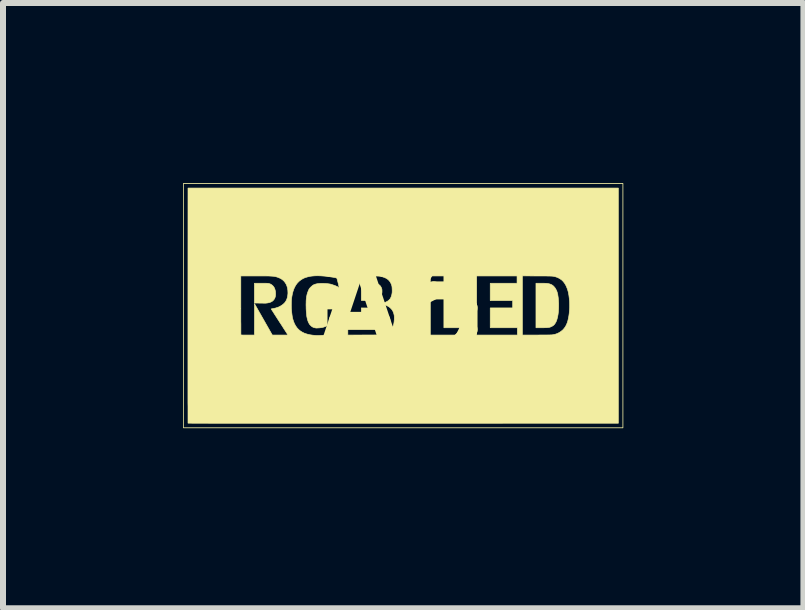
<source format=kicad_pcb>
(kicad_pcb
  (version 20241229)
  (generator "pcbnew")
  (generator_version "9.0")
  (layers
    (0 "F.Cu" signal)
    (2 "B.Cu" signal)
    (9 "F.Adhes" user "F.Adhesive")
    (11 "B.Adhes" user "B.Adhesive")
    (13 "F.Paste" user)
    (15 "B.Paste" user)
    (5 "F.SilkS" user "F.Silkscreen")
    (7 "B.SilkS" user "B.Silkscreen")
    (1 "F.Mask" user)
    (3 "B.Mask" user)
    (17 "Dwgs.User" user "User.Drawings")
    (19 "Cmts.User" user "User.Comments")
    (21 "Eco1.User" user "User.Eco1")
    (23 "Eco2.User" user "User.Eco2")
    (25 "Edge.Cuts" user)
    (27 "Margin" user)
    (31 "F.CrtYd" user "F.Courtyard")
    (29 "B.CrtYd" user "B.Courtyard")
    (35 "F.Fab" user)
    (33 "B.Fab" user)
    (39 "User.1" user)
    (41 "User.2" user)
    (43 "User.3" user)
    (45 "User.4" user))
  (footprint "A6"
    (layer "F.Cu")
    (at 3.667 2.042)
    (property "Reference" "A6" (at 0 0 0) (layer "F.SilkS") (effects (font (size 1.524 1.524) (thickness 0.3))))
    (attr through_hole)
    (fp_poly (pts (xy 3.662 2.037) (xy -3.662 2.037) (xy -3.662 -2.034) (xy -3.66 -2.034) (xy -3.66 2.034) (xy 3.66 2.034) (xy 3.66 -2.034) (xy -3.66 -2.034) (xy -3.662 -2.034) (xy -3.662 -2.037) (xy 3.662 -2.037) (xy 3.662 2.037)) (stroke (width 0.01) (type solid)) (fill yes) (layer "F.SilkS"))
    (fp_poly (pts (xy -2.369 -0.373) (xy -2.341 -0.373) (xy -2.317 -0.373) (xy -2.297 -0.373) (xy -2.281 -0.373) (xy -2.268 -0.372) (xy -2.258 -0.372) (xy -2.25 -0.371) (xy -2.244 -0.37) (xy -2.241 -0.37) (xy -2.216 -0.362) (xy -2.194 -0.35) (xy -2.174 -0.334) (xy -2.158 -0.315) (xy -2.144 -0.292) (xy -2.135 -0.266) (xy -2.128 -0.237) (xy -2.126 -0.206) (xy -2.126 -0.201) (xy -2.126 -0.181) (xy -2.128 -0.163) (xy -2.131 -0.148) (xy -2.136 -0.132) (xy -2.147 -0.11) (xy -2.162 -0.09) (xy -2.18 -0.074) (xy -2.203 -0.061) (xy -2.229 -0.051) (xy -2.259 -0.045) (xy -2.292 -0.041) (xy -2.317 -0.041) (xy -2.328 -0.041) (xy -2.342 -0.042) (xy -2.36 -0.042) (xy -2.379 -0.042) (xy -2.399 -0.042) (xy -2.412 -0.043) (xy -2.479 -0.043) (xy -2.479 -0.373) (xy -2.369 -0.373)) (stroke (width 0.01) (type solid)) (fill yes) (layer "F.SilkS"))
    (fp_poly (pts (xy 2.325 -0.373) (xy 2.351 -0.373) (xy 2.373 -0.372) (xy 2.392 -0.371) (xy 2.409 -0.369) (xy 2.423 -0.366) (xy 2.436 -0.363) (xy 2.449 -0.359) (xy 2.46 -0.354) (xy 2.471 -0.35) (xy 2.492 -0.337) (xy 2.511 -0.319) (xy 2.529 -0.298) (xy 2.544 -0.273) (xy 2.558 -0.246) (xy 2.568 -0.215) (xy 2.576 -0.183) (xy 2.576 -0.179) (xy 2.583 -0.133) (xy 2.587 -0.086) (xy 2.59 -0.039) (xy 2.59 0.008) (xy 2.589 0.054) (xy 2.586 0.099) (xy 2.581 0.142) (xy 2.574 0.181) (xy 2.565 0.217) (xy 2.558 0.242) (xy 2.546 0.271) (xy 2.532 0.295) (xy 2.517 0.316) (xy 2.499 0.332) (xy 2.478 0.345) (xy 2.455 0.355) (xy 2.451 0.357) (xy 2.441 0.36) (xy 2.43 0.362) (xy 2.418 0.364) (xy 2.405 0.365) (xy 2.389 0.367) (xy 2.37 0.367) (xy 2.348 0.368) (xy 2.322 0.368) (xy 2.299 0.368) (xy 2.212 0.368) (xy 2.212 -0.373) (xy 2.294 -0.373) (xy 2.325 -0.373)) (stroke (width 0.01) (type solid)) (fill yes) (layer "F.SilkS"))
    (fp_poly (pts (xy -0.55 -0.372) (xy -0.525 -0.372) (xy -0.504 -0.372) (xy -0.487 -0.371) (xy -0.473 -0.371) (xy -0.461 -0.37) (xy -0.452 -0.369) (xy -0.444 -0.367) (xy -0.437 -0.366) (xy -0.43 -0.363) (xy -0.423 -0.36) (xy -0.416 -0.357) (xy -0.415 -0.356) (xy -0.397 -0.345) (xy -0.381 -0.329) (xy -0.369 -0.31) (xy -0.359 -0.289) (xy -0.357 -0.28) (xy -0.354 -0.267) (xy -0.353 -0.25) (xy -0.353 -0.232) (xy -0.354 -0.214) (xy -0.357 -0.198) (xy -0.357 -0.196) (xy -0.363 -0.176) (xy -0.371 -0.156) (xy -0.381 -0.138) (xy -0.392 -0.124) (xy -0.394 -0.122) (xy -0.41 -0.109) (xy -0.43 -0.098) (xy -0.451 -0.09) (xy -0.464 -0.088) (xy -0.471 -0.087) (xy -0.483 -0.086) (xy -0.497 -0.085) (xy -0.514 -0.085) (xy -0.533 -0.084) (xy -0.553 -0.084) (xy -0.575 -0.084) (xy -0.596 -0.084) (xy -0.617 -0.084) (xy -0.636 -0.084) (xy -0.654 -0.084) (xy -0.67 -0.085) (xy -0.683 -0.085) (xy -0.692 -0.086) (xy -0.697 -0.087) (xy -0.697 -0.087) (xy -0.697 -0.09) (xy -0.698 -0.098) (xy -0.698 -0.11) (xy -0.698 -0.125) (xy -0.698 -0.144) (xy -0.698 -0.165) (xy -0.698 -0.189) (xy -0.698 -0.214) (xy -0.698 -0.231) (xy -0.697 -0.372) (xy -0.579 -0.372) (xy -0.55 -0.372)) (stroke (width 0.01) (type solid)) (fill yes) (layer "F.SilkS"))
    (fp_poly (pts (xy -0.576 0.039) (xy -0.546 0.039) (xy -0.521 0.039) (xy -0.5 0.039) (xy -0.483 0.04) (xy -0.469 0.041) (xy -0.457 0.041) (xy -0.447 0.042) (xy -0.439 0.044) (xy -0.432 0.046) (xy -0.425 0.048) (xy -0.419 0.051) (xy -0.411 0.054) (xy -0.406 0.057) (xy -0.392 0.065) (xy -0.378 0.077) (xy -0.365 0.09) (xy -0.354 0.104) (xy -0.347 0.115) (xy -0.34 0.131) (xy -0.335 0.147) (xy -0.332 0.165) (xy -0.331 0.184) (xy -0.331 0.207) (xy -0.331 0.211) (xy -0.331 0.228) (xy -0.332 0.241) (xy -0.334 0.252) (xy -0.336 0.261) (xy -0.338 0.271) (xy -0.348 0.296) (xy -0.361 0.316) (xy -0.377 0.334) (xy -0.396 0.347) (xy -0.405 0.352) (xy -0.413 0.356) (xy -0.421 0.359) (xy -0.429 0.361) (xy -0.438 0.363) (xy -0.448 0.365) (xy -0.46 0.366) (xy -0.475 0.367) (xy -0.493 0.368) (xy -0.513 0.368) (xy -0.538 0.368) (xy -0.567 0.368) (xy -0.582 0.368) (xy -0.605 0.368) (xy -0.627 0.368) (xy -0.647 0.368) (xy -0.664 0.368) (xy -0.678 0.367) (xy -0.689 0.367) (xy -0.695 0.367) (xy -0.697 0.367) (xy -0.697 0.364) (xy -0.697 0.356) (xy -0.698 0.345) (xy -0.698 0.329) (xy -0.698 0.311) (xy -0.698 0.289) (xy -0.698 0.265) (xy -0.698 0.238) (xy -0.698 0.21) (xy -0.698 0.201) (xy -0.698 0.038) (xy -0.576 0.039)) (stroke (width 0.01) (type solid)) (fill yes) (layer "F.SilkS"))
    (fp_poly (pts (xy 3.585 1.959) (xy 0.001 1.96) (xy -0.168 1.96) (xy -0.331 1.96) (xy -0.489 1.96) (xy -0.642 1.96) (xy -0.791 1.96) (xy -0.935 1.96) (xy -1.074 1.96) (xy -1.208 1.96) (xy -1.338 1.96) (xy -1.464 1.96) (xy -1.585 1.96) (xy -1.702 1.96) (xy -1.814 1.96) (xy -1.922 1.96) (xy -2.026 1.96) (xy -2.127 1.96) (xy -2.223 1.96) (xy -2.315 1.96) (xy -2.403 1.96) (xy -2.487 1.96) (xy -2.568 1.96) (xy -2.645 1.96) (xy -2.718 1.96) (xy -2.788 1.96) (xy -2.855 1.96) (xy -2.918 1.96) (xy -2.978 1.96) (xy -3.034 1.96) (xy -3.087 1.96) (xy -3.137 1.96) (xy -3.184 1.96) (xy -3.228 1.96) (xy -3.269 1.959) (xy -3.308 1.959) (xy -3.343 1.959) (xy -3.376 1.959) (xy -3.406 1.959) (xy -3.433 1.959) (xy -3.458 1.959) (xy -3.481 1.959) (xy -3.501 1.959) (xy -3.519 1.959) (xy -3.534 1.958) (xy -3.547 1.958) (xy -3.558 1.958) (xy -3.568 1.958) (xy -3.575 1.958) (xy -3.58 1.958) (xy -3.583 1.958) (xy -3.585 1.958) (xy -3.585 1.958) (xy -3.585 1.955) (xy -3.585 1.947) (xy -3.585 1.935) (xy -3.585 1.918) (xy -3.585 1.896) (xy -3.585 1.87) (xy -3.585 1.839) (xy -3.585 1.804) (xy -3.585 1.765) (xy -3.585 1.722) (xy -3.585 1.676) (xy -3.586 1.625) (xy -3.586 1.571) (xy -3.586 1.514) (xy -3.586 1.453) (xy -3.586 1.389) (xy -3.586 1.321) (xy -3.586 1.251) (xy -3.586 1.178) (xy -3.586 1.102) (xy -3.586 1.024) (xy -3.586 0.943) (xy -3.586 0.859) (xy -3.586 0.774) (xy -3.586 0.686) (xy -3.586 0.596) (xy -3.586 0.504) (xy -3.586 0.411) (xy -3.586 0.316) (xy -3.586 0.219) (xy -3.586 0.121) (xy -3.586 0.022) (xy -3.586 -0.003) (xy -3.586 -0.004) (xy -2.705 -0.004) (xy -2.705 0.045) (xy -2.705 0.094) (xy -2.705 0.14) (xy -2.705 0.185) (xy -2.705 0.228) (xy -2.705 0.268) (xy -2.704 0.306) (xy -2.704 0.341) (xy -2.704 0.372) (xy -2.704 0.401) (xy -2.704 0.426) (xy -2.704 0.447) (xy -2.704 0.464) (xy -2.703 0.477) (xy -2.703 0.485) (xy -2.703 0.488) (xy -2.703 0.488) (xy -2.7 0.489) (xy -2.693 0.489) (xy -2.682 0.489) (xy -2.667 0.49) (xy -2.649 0.49) (xy -2.628 0.49) (xy -2.606 0.49) (xy -2.59 0.49) (xy -2.479 0.49) (xy -2.478 0.228) (xy -2.478 -0.034) (xy -2.18 0.49) (xy -2.05 0.49) (xy -2.025 0.49) (xy -2.001 0.49) (xy -1.98 0.49) (xy -1.961 0.49) (xy -1.945 0.49) (xy -1.933 0.49) (xy -1.924 0.489) (xy -1.92 0.489) (xy -1.92 0.489) (xy -1.921 0.487) (xy -1.925 0.481) (xy -1.932 0.471) (xy -1.94 0.457) (xy -1.951 0.441) (xy -1.963 0.422) (xy -1.977 0.4) (xy -1.993 0.376) (xy -2.009 0.35) (xy -2.027 0.322) (xy -2.046 0.293) (xy -2.06 0.272) (xy -2.079 0.242) (xy -2.098 0.213) (xy -2.115 0.186) (xy -2.132 0.16) (xy -2.147 0.137) (xy -2.16 0.116) (xy -2.172 0.097) (xy -2.182 0.082) (xy -2.19 0.07) (xy -2.195 0.061) (xy -2.198 0.056) (xy -2.199 0.055) (xy -2.196 0.054) (xy -2.19 0.053) (xy -2.18 0.051) (xy -2.167 0.048) (xy -2.16 0.047) (xy -2.127 0.04) (xy -2.098 0.031) (xy -2.071 0.021) (xy -2.046 0.008) (xy -2.024 -0.006) (xy -1.864 -0.006) (xy -1.863 0.021) (xy -1.863 0.045) (xy -1.862 0.058) (xy -1.858 0.104) (xy -1.853 0.145) (xy -1.848 0.182) (xy -1.841 0.215) (xy -1.832 0.246) (xy -1.822 0.274) (xy -1.811 0.301) (xy -1.81 0.303) (xy -1.79 0.339) (xy -1.768 0.37) (xy -1.743 0.397) (xy -1.714 0.421) (xy -1.682 0.441) (xy -1.646 0.459) (xy -1.607 0.472) (xy -1.589 0.477) (xy -1.554 0.485) (xy -1.515 0.491) (xy -1.475 0.495) (xy -1.459 0.496) (xy -1.446 0.497) (xy -1.433 0.497) (xy -1.419 0.497) (xy -1.405 0.497) (xy -1.387 0.496) (xy -1.367 0.495) (xy -1.361 0.495) (xy -1.31 0.492) (xy -1.299 0.49) (xy 1.986 0.49) (xy 2.229 0.49) (xy 2.271 0.489) (xy 2.307 0.489) (xy 2.339 0.489) (xy 2.367 0.489) (xy 2.392 0.489) (xy 2.413 0.488) (xy 2.43 0.488) (xy 2.445 0.488) (xy 2.457 0.487) (xy 2.468 0.487) (xy 2.476 0.487) (xy 2.483 0.486) (xy 2.488 0.485) (xy 2.493 0.485) (xy 2.495 0.484) (xy 2.534 0.476) (xy 2.568 0.464) (xy 2.6 0.448) (xy 2.629 0.429) (xy 2.656 0.407) (xy 2.663 0.4) (xy 2.683 0.377) (xy 2.701 0.352) (xy 2.717 0.323) (xy 2.719 0.318) (xy 2.732 0.288) (xy 2.743 0.253) (xy 2.752 0.214) (xy 2.76 0.172) (xy 2.766 0.128) (xy 2.77 0.082) (xy 2.773 0.034) (xy 2.773 -0.015) (xy 2.772 -0.064) (xy 2.771 -0.077) (xy 2.766 -0.129) (xy 2.76 -0.176) (xy 2.752 -0.22) (xy 2.741 -0.26) (xy 2.728 -0.297) (xy 2.713 -0.331) (xy 2.707 -0.343) (xy 2.687 -0.376) (xy 2.664 -0.405) (xy 2.638 -0.43) (xy 2.608 -0.45) (xy 2.576 -0.467) (xy 2.541 -0.48) (xy 2.534 -0.481) (xy 2.527 -0.483) (xy 2.52 -0.485) (xy 2.513 -0.487) (xy 2.507 -0.488) (xy 2.5 -0.489) (xy 2.492 -0.49) (xy 2.483 -0.491) (xy 2.473 -0.492) (xy 2.461 -0.492) (xy 2.447 -0.493) (xy 2.43 -0.493) (xy 2.411 -0.493) (xy 2.388 -0.494) (xy 2.362 -0.494) (xy 2.332 -0.494) (xy 2.298 -0.494) (xy 2.26 -0.494) (xy 2.232 -0.494) (xy 1.986 -0.496) (xy 1.986 0.49) (xy -1.299 0.49) (xy -1.299 0.49) (xy -0.922 0.49) (xy -0.666 0.489) (xy -0.623 0.489) (xy -0.586 0.489) (xy -0.552 0.489) (xy -0.523 0.489) (xy -0.497 0.489) (xy -0.475 0.488) (xy -0.457 0.488) (xy -0.441 0.488) (xy -0.427 0.487) (xy -0.416 0.487) (xy -0.407 0.487) (xy -0.399 0.486) (xy -0.393 0.486) (xy -0.388 0.485) (xy -0.385 0.484) (xy -0.351 0.478) (xy -0.318 0.469) (xy -0.288 0.459) (xy -0.285 0.457) (xy -0.256 0.443) (xy -0.231 0.428) (xy -0.21 0.409) (xy -0.193 0.388) (xy -0.179 0.364) (xy -0.167 0.336) (xy -0.157 0.304) (xy -0.155 0.293) (xy -0.152 0.275) (xy -0.15 0.254) (xy -0.148 0.231) (xy -0.148 0.208) (xy -0.148 0.187) (xy -0.149 0.167) (xy -0.151 0.155) (xy -0.159 0.123) (xy -0.171 0.094) (xy -0.187 0.067) (xy -0.208 0.044) (xy -0.232 0.023) (xy -0.261 0.006) (xy -0.279 -0.003) (xy -0.292 -0.008) (xy -0.309 -0.013) (xy -0.327 -0.018) (xy -0.344 -0.022) (xy -0.36 -0.026) (xy -0.37 -0.027) (xy -0.378 -0.028) (xy -0.381 -0.03) (xy -0.378 -0.031) (xy -0.371 -0.033) (xy -0.364 -0.034) (xy -0.346 -0.038) (xy -0.326 -0.044) (xy -0.303 -0.053) (xy -0.282 -0.063) (xy -0.258 -0.076) (xy -0.238 -0.092) (xy -0.221 -0.109) (xy -0.208 -0.13) (xy -0.198 -0.154) (xy -0.19 -0.181) (xy -0.187 -0.198) (xy -0.184 -0.216) (xy -0.183 -0.236) (xy -0.183 -0.258) (xy -0.184 -0.28) (xy -0.185 -0.301) (xy -0.187 -0.319) (xy -0.19 -0.334) (xy -0.201 -0.364) (xy -0.215 -0.391) (xy -0.232 -0.415) (xy -0.253 -0.435) (xy -0.278 -0.453) (xy -0.308 -0.467) (xy -0.341 -0.479) (xy -0.378 -0.488) (xy -0.379 -0.488) (xy -0.384 -0.489) (xy -0.388 -0.49) (xy -0.393 -0.49) (xy -0.399 -0.491) (xy -0.405 -0.492) (xy -0.412 -0.492) (xy -0.421 -0.492) (xy -0.432 -0.493) (xy -0.445 -0.493) (xy -0.46 -0.493) (xy -0.478 -0.494) (xy -0.5 -0.494) (xy -0.525 -0.494) (xy -0.553 -0.494) (xy -0.586 -0.494) (xy -0.623 -0.494) (xy -0.665 -0.495) (xy -0.665 -0.495) (xy -0.856 -0.495) (xy 0.452 -0.495) (xy 0.452 0.49) (xy 1.156 0.49) (xy 1.156 0.368) (xy 0.678 0.368) (xy 0.678 -0.495) (xy 1.224 -0.495) (xy 1.224 0.49) (xy 1.902 0.49) (xy 1.902 0.368) (xy 1.45 0.368) (xy 1.45 0.038) (xy 1.824 0.038) (xy 1.824 -0.084) (xy 1.45 -0.084) (xy 1.45 -0.373) (xy 1.897 -0.373) (xy 1.897 -0.495) (xy 1.224 -0.495) (xy 0.678 -0.495) (xy 0.452 -0.495) (xy -0.856 -0.495) (xy -0.922 -0.495) (xy -0.922 0.49) (xy -1.299 0.49) (xy -1.262 0.486) (xy -1.218 0.479) (xy -1.176 0.469) (xy -1.136 0.457) (xy -1.124 0.453) (xy -1.114 0.449) (xy -1.102 0.444) (xy -1.089 0.437) (xy -1.076 0.431) (xy -1.065 0.425) (xy -1.056 0.419) (xy -1.051 0.416) (xy -1.05 0.415) (xy -1.05 0.413) (xy -1.049 0.411) (xy -1.048 0.408) (xy -1.048 0.403) (xy -1.047 0.397) (xy -1.047 0.388) (xy -1.047 0.376) (xy -1.047 0.362) (xy -1.047 0.345) (xy -1.046 0.323) (xy -1.046 0.298) (xy -1.046 0.269) (xy -1.046 0.235) (xy -1.046 0.056) (xy -1.267 0.056) (xy -1.267 0.333) (xy -1.282 0.34) (xy -1.303 0.35) (xy -1.323 0.357) (xy -1.344 0.363) (xy -1.367 0.367) (xy -1.393 0.37) (xy -1.407 0.371) (xy -1.424 0.372) (xy -1.436 0.373) (xy -1.446 0.373) (xy -1.454 0.372) (xy -1.462 0.371) (xy -1.468 0.37) (xy -1.491 0.364) (xy -1.511 0.355) (xy -1.53 0.342) (xy -1.542 0.33) (xy -1.551 0.321) (xy -1.558 0.313) (xy -1.564 0.304) (xy -1.57 0.293) (xy -1.576 0.282) (xy -1.584 0.264) (xy -1.59 0.246) (xy -1.596 0.226) (xy -1.601 0.204) (xy -1.606 0.18) (xy -1.609 0.153) (xy -1.612 0.122) (xy -1.615 0.086) (xy -1.615 0.084) (xy -1.616 0.066) (xy -1.617 0.045) (xy -1.617 0.022) (xy -1.618 -0.002) (xy -1.618 -0.026) (xy -1.617 -0.05) (xy -1.617 -0.071) (xy -1.616 -0.09) (xy -1.615 -0.104) (xy -1.615 -0.105) (xy -1.609 -0.152) (xy -1.6 -0.194) (xy -1.587 -0.232) (xy -1.574 -0.263) (xy -1.568 -0.275) (xy -1.562 -0.284) (xy -1.555 -0.293) (xy -1.546 -0.303) (xy -1.537 -0.312) (xy -1.519 -0.328) (xy -1.503 -0.341) (xy -1.485 -0.35) (xy -1.466 -0.357) (xy -1.455 -0.36) (xy -1.434 -0.365) (xy -1.409 -0.368) (xy -1.381 -0.37) (xy -1.351 -0.371) (xy -1.32 -0.37) (xy -1.289 -0.369) (xy -1.259 -0.366) (xy -1.23 -0.362) (xy -1.229 -0.362) (xy -1.208 -0.358) (xy -1.186 -0.351) (xy -1.162 -0.343) (xy -1.138 -0.335) (xy -1.115 -0.325) (xy -1.095 -0.316) (xy -1.083 -0.309) (xy -1.076 -0.305) (xy -1.07 -0.302) (xy -1.067 -0.302) (xy -1.067 -0.302) (xy -1.068 -0.305) (xy -1.069 -0.312) (xy -1.071 -0.323) (xy -1.074 -0.337) (xy -1.078 -0.352) (xy -1.082 -0.369) (xy -1.086 -0.386) (xy -1.09 -0.402) (xy -1.094 -0.418) (xy -1.098 -0.432) (xy -1.101 -0.444) (xy -1.104 -0.452) (xy -1.105 -0.456) (xy -1.105 -0.456) (xy -1.108 -0.459) (xy -1.114 -0.461) (xy -1.123 -0.464) (xy -1.136 -0.467) (xy -1.153 -0.47) (xy -1.174 -0.474) (xy -1.188 -0.476) (xy -1.25 -0.485) (xy -1.31 -0.492) (xy -1.367 -0.496) (xy -1.421 -0.498) (xy -1.471 -0.497) (xy -1.518 -0.493) (xy -1.549 -0.489) (xy -1.593 -0.479) (xy -1.633 -0.467) (xy -1.669 -0.451) (xy -1.702 -0.431) (xy -1.732 -0.408) (xy -1.759 -0.381) (xy -1.762 -0.378) (xy -1.784 -0.349) (xy -1.803 -0.317) (xy -1.82 -0.281) (xy -1.834 -0.241) (xy -1.846 -0.197) (xy -1.855 -0.148) (xy -1.858 -0.127) (xy -1.86 -0.108) (xy -1.862 -0.085) (xy -1.863 -0.06) (xy -1.863 -0.033) (xy -1.864 -0.006) (xy -2.024 -0.006) (xy -2.022 -0.007) (xy -1.998 -0.025) (xy -1.975 -0.047) (xy -1.957 -0.071) (xy -1.942 -0.099) (xy -1.931 -0.131) (xy -1.924 -0.165) (xy -1.92 -0.203) (xy -1.92 -0.217) (xy -1.922 -0.258) (xy -1.928 -0.295) (xy -1.938 -0.33) (xy -1.952 -0.361) (xy -1.97 -0.389) (xy -1.991 -0.414) (xy -2.017 -0.436) (xy -2.046 -0.454) (xy -2.079 -0.468) (xy -2.097 -0.475) (xy -2.108 -0.478) (xy -2.118 -0.481) (xy -2.127 -0.483) (xy -2.137 -0.485) (xy -2.148 -0.487) (xy -2.159 -0.489) (xy -2.172 -0.49) (xy -2.186 -0.491) (xy -2.202 -0.492) (xy -2.221 -0.493) (xy -2.242 -0.494) (xy -2.265 -0.494) (xy -2.292 -0.495) (xy -2.323 -0.495) (xy -2.357 -0.495) (xy -2.396 -0.495) (xy -2.439 -0.495) (xy -2.464 -0.495) (xy -2.705 -0.495) (xy -2.705 -0.004) (xy -3.586 -0.004) (xy -3.585 -1.959) (xy 3.585 -1.959) (xy 3.585 1.959)) (stroke (width 0.01) (type solid)) (fill yes) (layer "F.SilkS")))
  (gr_rect
    (start -3 -3)
    (end 10.335 7.084)
    (stroke (width 0.1) (type default))
    (fill no)
    (layer "Edge.Cuts")))
</source>
